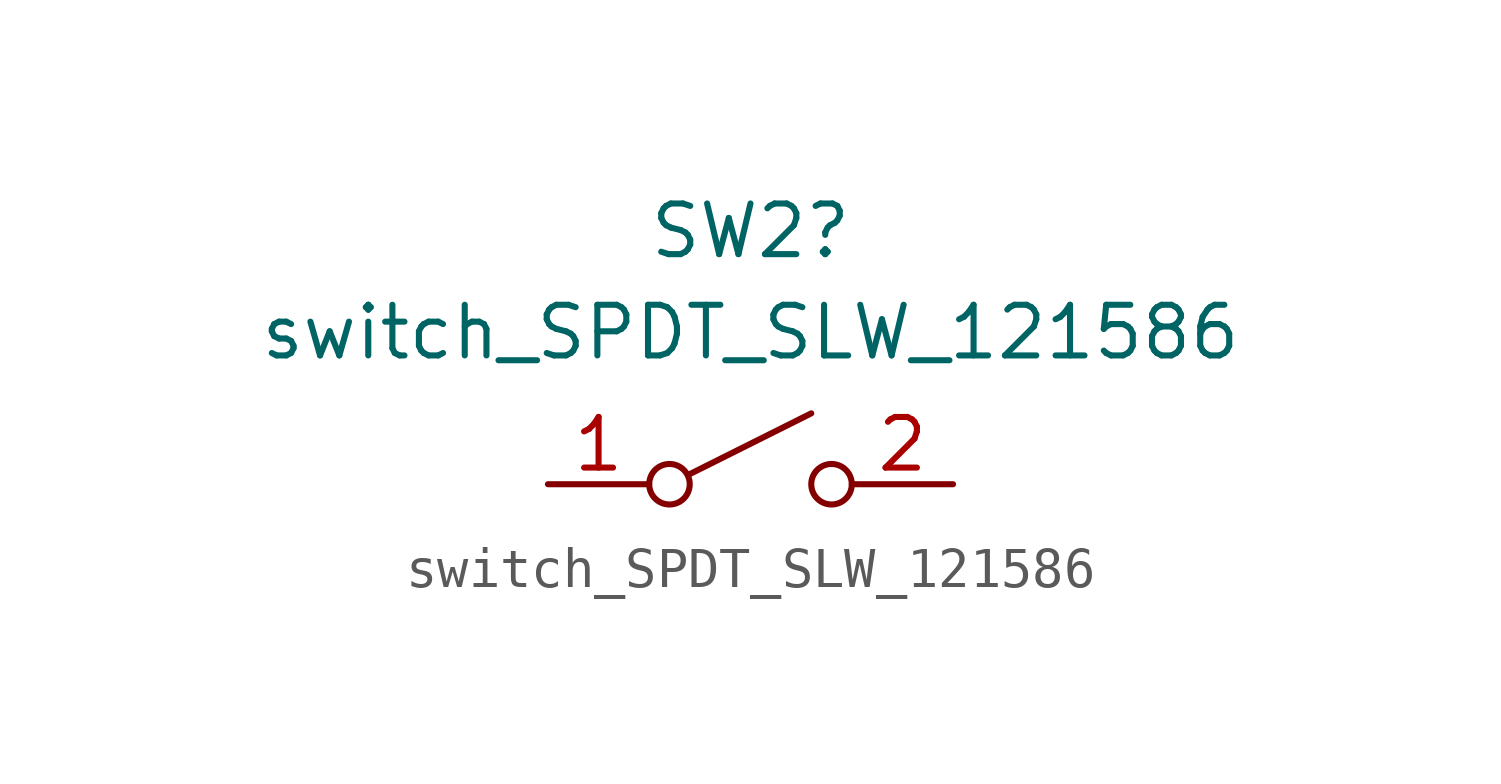
<source format=kicad_sym>
(kicad_symbol_lib
  (version 20231120)
  (generator "kicad_symbol_editor")
  (generator_version "8.0")
  (symbol "switch_SPDT_SLW_121586"
    (pin_names
      (offset 0) hide)
    (property "Reference" "SW2"
      (at 0 6.35 0)
      (effects (font (size 1.27 1.27))))
    (property "Value" "switch_SPDT_SLW_121586"
      (at 0 3.81 0)
      (effects (font (size 1.27 1.27))))
    (symbol "switch_SPDT_SLW_121586_0_0"
      (circle (center -2.032 0) (radius 0.508) (stroke (width 0) (type default)) (fill (type none)))
      (polyline (pts (xy -1.524 0.254) (xy 1.524 1.778)) (stroke (width 0) (type default)) (fill (type none)))
      (circle (center 2.032 0) (radius 0.508) (stroke (width 0) (type default)) (fill (type none))))
    (symbol "switch_SPDT_SLW_121586_1_1"
      (pin passive line (at -5.08 0 0) (length 2.54) (name "" (effects (font (size 1.27 1.27)))) (number "1" (effects (font (size 1.27 1.27)))))
      (pin passive line (at 5.08 0 180) (length 2.54) (name "" (effects (font (size 1.27 1.27)))) (number "2" (effects (font (size 1.27 1.27))))))))
</source>
